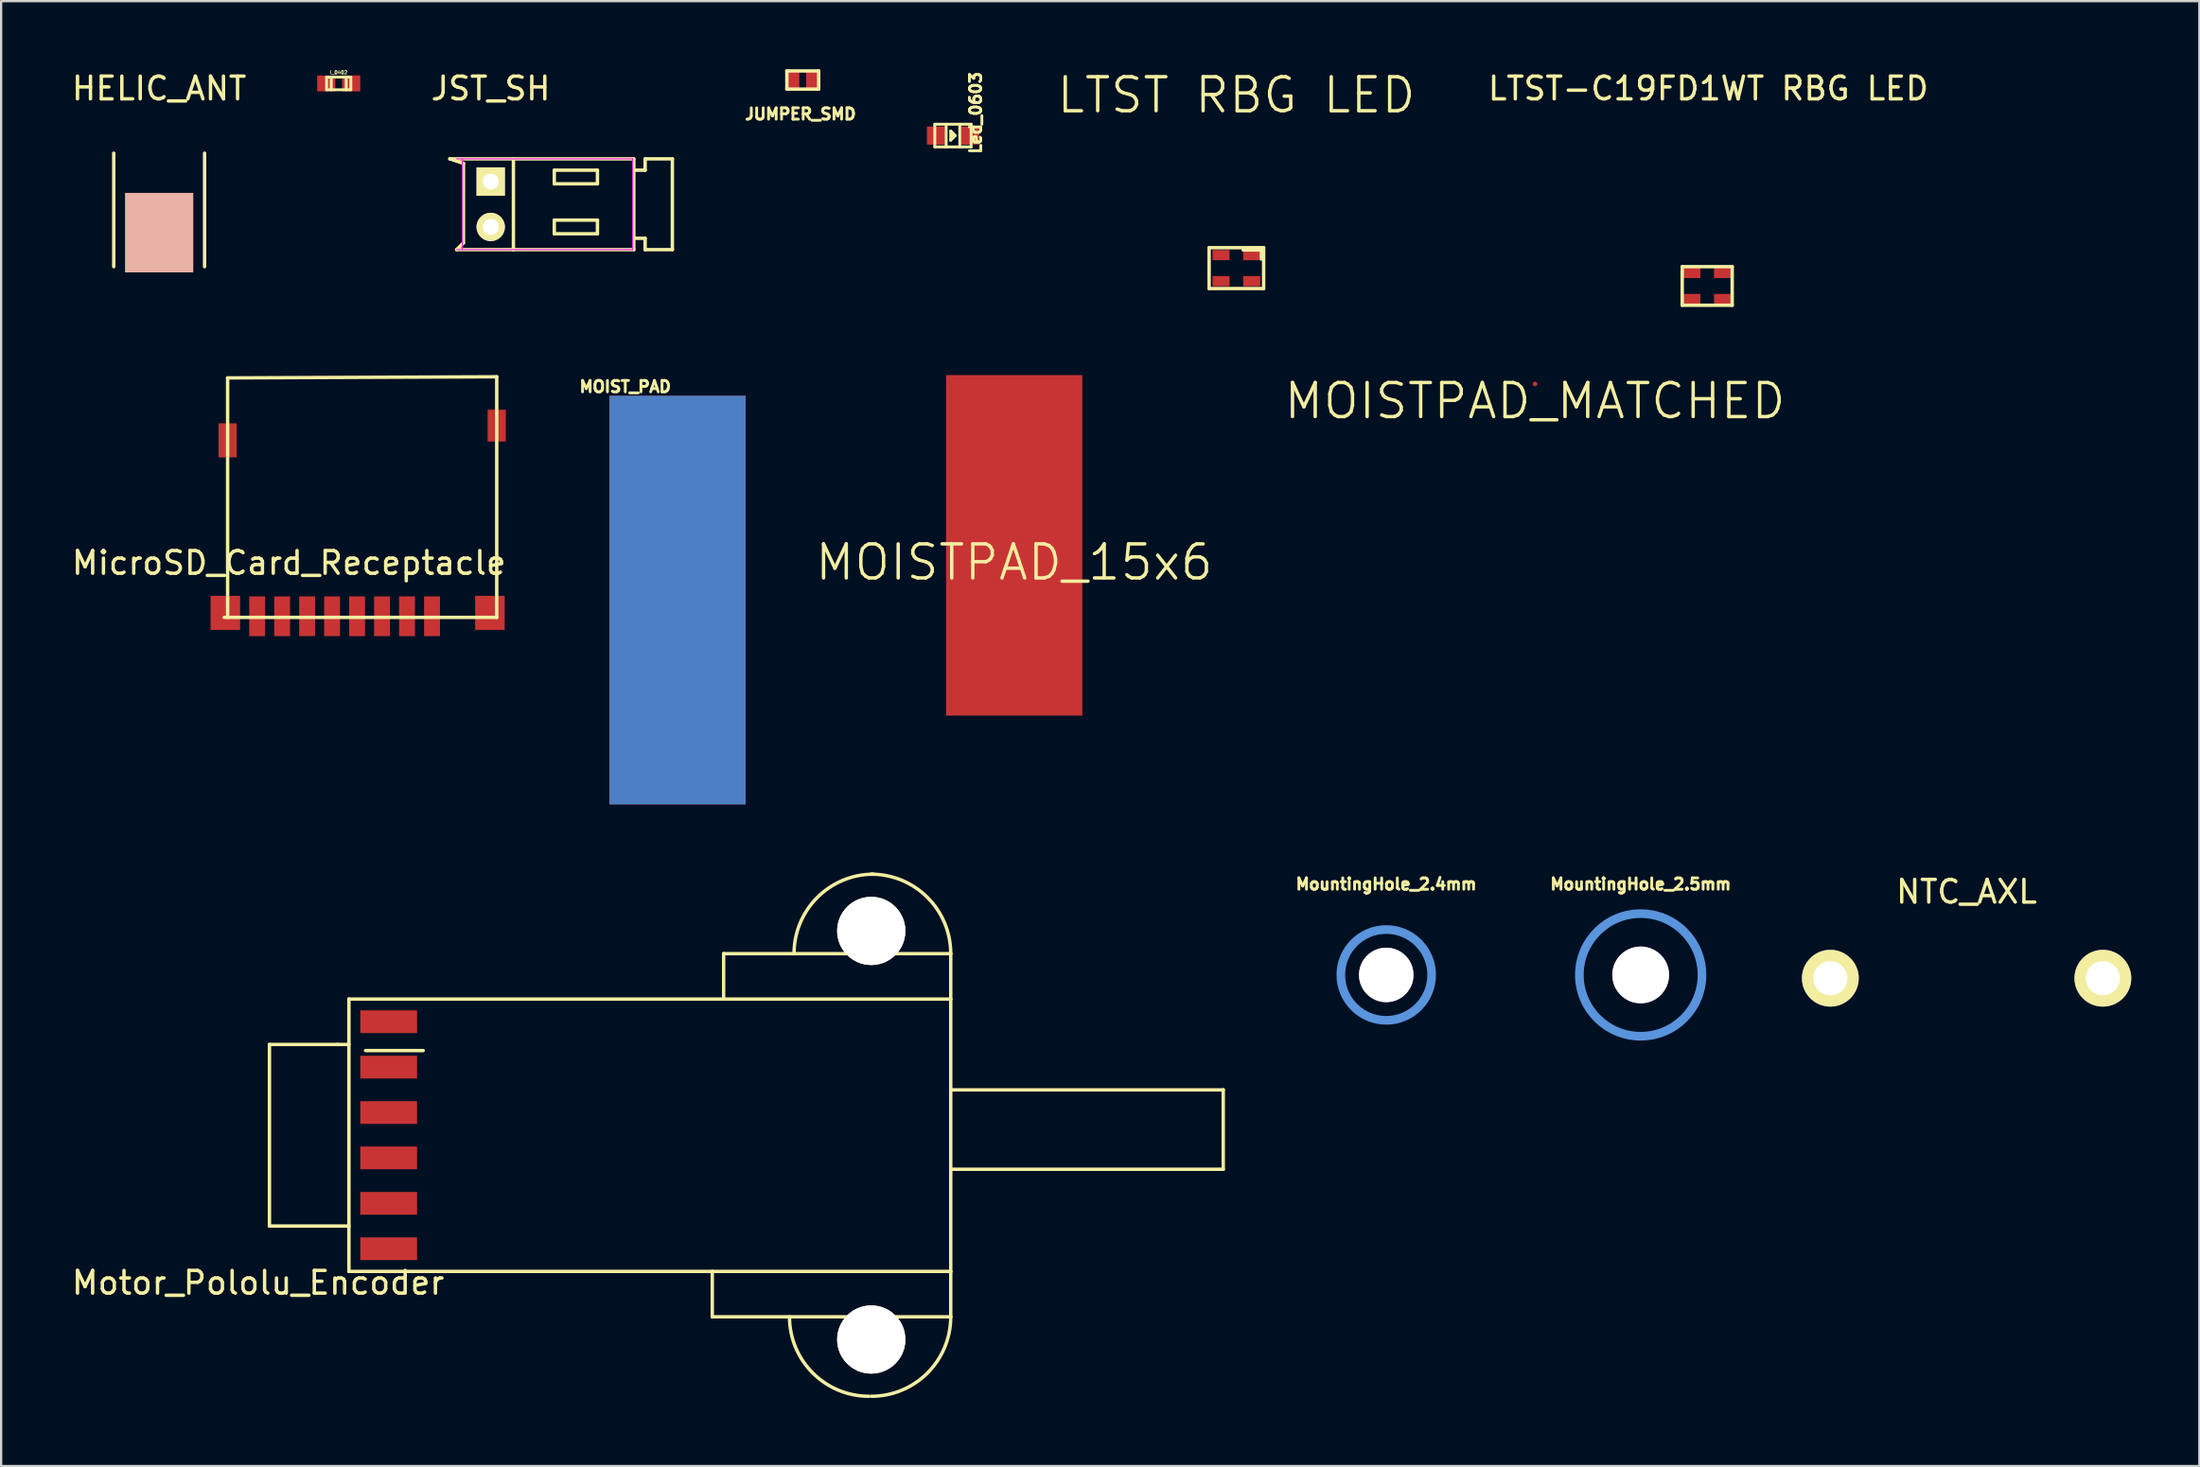
<source format=kicad_pcb>
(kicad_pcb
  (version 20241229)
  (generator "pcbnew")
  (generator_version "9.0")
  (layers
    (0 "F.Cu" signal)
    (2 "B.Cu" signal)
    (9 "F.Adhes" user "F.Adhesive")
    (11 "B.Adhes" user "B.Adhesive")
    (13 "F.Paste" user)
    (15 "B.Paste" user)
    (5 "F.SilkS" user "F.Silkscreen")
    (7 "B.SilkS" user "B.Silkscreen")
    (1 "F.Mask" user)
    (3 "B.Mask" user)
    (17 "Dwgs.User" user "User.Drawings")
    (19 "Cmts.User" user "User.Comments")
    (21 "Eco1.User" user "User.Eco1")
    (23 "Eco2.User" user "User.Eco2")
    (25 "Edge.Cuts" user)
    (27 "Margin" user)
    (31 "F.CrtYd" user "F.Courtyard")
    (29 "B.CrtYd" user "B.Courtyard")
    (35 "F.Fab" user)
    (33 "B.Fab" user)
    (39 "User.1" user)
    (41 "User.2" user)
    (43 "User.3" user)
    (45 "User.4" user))
  (footprint "MicroSD_Card_Receptacle"
    (layer "F.Cu")
    (at 8.273 24.098)
    (property "Reference" "MicroSD_Card_Receptacle" (at 1.4 -2.35 0) (layer "F.SilkS") (effects (font (size 1 1) (thickness 0.15))))
    (attr through_hole)
    (fp_line (start -1.45 0.05) (end 10.55 0.05) (stroke (width 0.15) (type solid)) (layer "F.SilkS"))
    (fp_line (start -1.3 -10.5) (end -1.3 0.05) (stroke (width 0.15) (type solid)) (layer "F.SilkS"))
    (fp_line (start 10.55 -10.55) (end -1.3 -10.5) (stroke (width 0.15) (type solid)) (layer "F.SilkS"))
    (fp_line (start 10.55 0.05) (end 10.55 -10.55) (stroke (width 0.15) (type solid)) (layer "F.SilkS"))
    (pad "1" smd rect (at 7.7 0) (size 0.7 1.75) (layers "F.Cu" "F.Mask" "F.Paste"))
    (pad "2" smd rect (at 6.6 0) (size 0.7 1.75) (layers "F.Cu" "F.Mask" "F.Paste"))
    (pad "3" smd rect (at 5.5 0) (size 0.7 1.75) (layers "F.Cu" "F.Mask" "F.Paste"))
    (pad "4" smd rect (at 4.4 0) (size 0.7 1.75) (layers "F.Cu" "F.Mask" "F.Paste"))
    (pad "5" smd rect (at 3.3 0) (size 0.7 1.75) (layers "F.Cu" "F.Mask" "F.Paste"))
    (pad "6" smd rect (at 2.2 0) (size 0.7 1.75) (layers "F.Cu" "F.Mask" "F.Paste"))
    (pad "7" smd rect (at 1.1 0) (size 0.7 1.75) (layers "F.Cu" "F.Mask" "F.Paste"))
    (pad "8" smd rect (at 0 0) (size 0.7 1.75) (layers "F.Cu" "F.Mask" "F.Paste"))
    (pad "9" smd rect (at -1.4 -0.15) (size 1.3 1.5) (layers "F.Cu" "F.Mask" "F.Paste"))
    (pad "9" smd rect (at -1.3 -7.75) (size 0.8 1.5) (layers "F.Cu" "F.Mask" "F.Paste"))
    (pad "9" smd rect (at 10.25 -0.15) (size 1.3 1.5) (layers "F.Cu" "F.Mask" "F.Paste"))
    (pad "9" smd rect (at 10.55 -8.4) (size 0.8 1.4) (layers "F.Cu" "F.Mask" "F.Paste")))
  (footprint "LTST RBG LED"
    (layer "F.Cu")
    (at 51.393 8.761)
    (property "Reference" "LTST RBG LED" (at 0 -7.62 0) (layer "F.SilkS") (effects (font (size 1.5 1.5) (thickness 0.15))))
    (attr through_hole)
    (fp_line (start -1.2 -0.9) (end 1.2 -0.9) (stroke (width 0.15) (type solid)) (layer "F.SilkS"))
    (fp_line (start -1.2 0.9) (end -1.2 -0.9) (stroke (width 0.15) (type solid)) (layer "F.SilkS"))
    (fp_line (start 0.3 -0.8) (end 1.1 -0.8) (stroke (width 0.15) (type solid)) (layer "F.SilkS"))
    (fp_line (start 1.1 -0.8) (end 1.1 -0.4) (stroke (width 0.15) (type solid)) (layer "F.SilkS"))
    (fp_line (start 1.2 -0.9) (end 1.2 0.9) (stroke (width 0.15) (type solid)) (layer "F.SilkS"))
    (fp_line (start 1.2 0.9) (end -1.2 0.9) (stroke (width 0.15) (type solid)) (layer "F.SilkS"))
    (pad "BA" smd rect (at 0.675 -0.575) (size 0.75 0.45) (layers "F.Cu" "F.Mask" "F.Paste"))
    (pad "CC" smd rect (at 0.675 0.575) (size 0.75 0.45) (layers "F.Cu" "F.Mask" "F.Paste"))
    (pad "GA" smd rect (at -0.675 0.575) (size 0.75 0.45) (layers "F.Cu" "F.Mask" "F.Paste"))
    (pad "RA" smd rect (at -0.675 -0.575) (size 0.75 0.45) (layers "F.Cu" "F.Mask" "F.Paste")))
  (footprint "JUMPER_SMD"
    (layer "F.Cu")
    (at 32.299 0.475)
    (property "Reference" "JUMPER_SMD" (at -0.1 1.5 0) (layer "F.SilkS") (effects (font (size 0.5 0.5) (thickness 0.125))))
    (attr through_hole)
    (fp_line (start -0.7 -0.4) (end 0.7 -0.4) (stroke (width 0.15) (type solid)) (layer "F.SilkS"))
    (fp_line (start -0.7 0.4) (end -0.7 -0.4) (stroke (width 0.15) (type solid)) (layer "F.SilkS"))
    (fp_line (start 0.7 -0.4) (end 0.7 0.4) (stroke (width 0.15) (type solid)) (layer "F.SilkS"))
    (fp_line (start 0.7 0.4) (end -0.7 0.4) (stroke (width 0.15) (type solid)) (layer "F.SilkS"))
    (pad "1" smd rect (at 0.4 0) (size 0.5 0.699) (layers "F.Cu" "F.Mask" "F.Paste"))
    (pad "2" smd rect (at -0.4 0) (size 0.5 0.699) (layers "F.Cu" "F.Mask" "F.Paste")))
  (footprint "MOISTPAD_15x6"
    (layer "F.Cu")
    (at 41.608 20.973)
    (property "Reference" "MOISTPAD_15x6" (at 0 0.75 0) (layer "F.SilkS") (effects (font (size 1.5 1.5) (thickness 0.15))))
    (attr through_hole)
    (pad "1" smd rect (at 0 0) (size 6 15) (layers "F.Cu" "F.Mask" "F.Paste")))
  (footprint "MOISTPAD_MATCHED"
    (layer "F.Cu")
    (at 64.543 13.864)
    (property "Reference" "MOISTPAD_MATCHED" (at 0 0.75 0) (layer "F.SilkS") (effects (font (size 1.5 1.5) (thickness 0.15))))
    (attr through_hole)
    (pad "1" smd circle (at 0 0) (size 0.2 0.2) (layers "F.Cu" "F.Mask" "F.Paste")))
  (footprint "Motor_Pololu_Encoder"
    (layer "F.Cu")
    (at 14.315 46.96)
    (property "Reference" "Motor_Pololu_Encoder" (at -6 6.5 0) (layer "F.SilkS") (effects (font (size 1 1) (thickness 0.15))))
    (attr through_hole)
    (fp_line (start -5.5 -4) (end -2.5 -4) (stroke (width 0.15) (type solid)) (layer "F.SilkS"))
    (fp_line (start -5.5 4) (end -5.5 -4) (stroke (width 0.15) (type solid)) (layer "F.SilkS"))
    (fp_line (start -2.5 -4) (end -2 -4) (stroke (width 0.15) (type solid)) (layer "F.SilkS"))
    (fp_line (start -2 -6) (end 24.5 -6) (stroke (width 0.15) (type solid)) (layer "F.SilkS"))
    (fp_line (start -2 4) (end -5.5 4) (stroke (width 0.15) (type solid)) (layer "F.SilkS"))
    (fp_line (start -2 6) (end -2 -6) (stroke (width 0.15) (type solid)) (layer "F.SilkS"))
    (fp_line (start 1.27 -3.73) (end -1.27 -3.73) (stroke (width 0.15) (type solid)) (layer "F.SilkS"))
    (fp_line (start 14 6) (end 14 8) (stroke (width 0.15) (type solid)) (layer "F.SilkS"))
    (fp_line (start 14 8) (end 24.5 8) (stroke (width 0.15) (type solid)) (layer "F.SilkS"))
    (fp_line (start 14.5 -8) (end 14.5 -6) (stroke (width 0.15) (type solid)) (layer "F.SilkS"))
    (fp_line (start 24.5 -8) (end 14.5 -8) (stroke (width 0.15) (type solid)) (layer "F.SilkS"))
    (fp_line (start 24.5 -6) (end 24.5 -8) (stroke (width 0.15) (type solid)) (layer "F.SilkS"))
    (fp_line (start 24.5 -6) (end 24.5 6) (stroke (width 0.15) (type solid)) (layer "F.SilkS"))
    (fp_line (start 24.5 -2) (end 36.5 -2) (stroke (width 0.15) (type solid)) (layer "F.SilkS"))
    (fp_line (start 24.5 6) (end -2 6) (stroke (width 0.15) (type solid)) (layer "F.SilkS"))
    (fp_line (start 24.5 8) (end 24.5 6) (stroke (width 0.15) (type solid)) (layer "F.SilkS"))
    (fp_line (start 36.5 -2) (end 36.5 1.5) (stroke (width 0.15) (type solid)) (layer "F.SilkS"))
    (fp_line (start 36.5 1.5) (end 24.5 1.5) (stroke (width 0.15) (type solid)) (layer "F.SilkS"))
    (fp_arc (start 17.6 -8) (mid 18.625126 -10.474874) (end 21.1 -11.5) (stroke (width 0.15) (type solid)) (layer "F.SilkS"))
    (fp_arc (start 20.9 11.5) (mid 18.425126 10.474874) (end 17.4 8) (stroke (width 0.15) (type solid)) (layer "F.SilkS"))
    (fp_arc (start 21 -11.5) (mid 23.474874 -10.474874) (end 24.5 -8) (stroke (width 0.15) (type solid)) (layer "F.SilkS"))
    (fp_arc (start 24.5 8) (mid 23.474874 10.474874) (end 21 11.5) (stroke (width 0.15) (type solid)) (layer "F.SilkS"))
    (pad "0" thru_hole circle (at 21 -9) (size 3 3) (drill 3) (layers "*.Cu" "*.Mask" "F.SilkS"))
    (pad "0" thru_hole circle (at 21 9) (size 3 3) (drill 3) (layers "*.Cu" "*.Mask" "F.SilkS"))
    (pad "1" smd rect (at -0.25 -5) (size 2.5 1) (layers "F.Cu" "F.Mask" "F.Paste"))
    (pad "2" smd rect (at -0.25 -3) (size 2.5 1) (layers "F.Cu" "F.Mask" "F.Paste"))
    (pad "3" smd rect (at -0.25 -1) (size 2.5 1) (layers "F.Cu" "F.Mask" "F.Paste"))
    (pad "4" smd rect (at -0.25 1) (size 2.5 1) (layers "F.Cu" "F.Mask" "F.Paste"))
    (pad "5" smd rect (at -0.25 3) (size 2.5 1) (layers "F.Cu" "F.Mask" "F.Paste"))
    (pad "6" smd rect (at -0.25 5) (size 2.5 1) (layers "F.Cu" "F.Mask" "F.Paste")))
  (footprint "NTC_AXL"
    (layer "F.Cu")
    (at 83.548 40.043)
    (property "Reference" "NTC_AXL" (at 0 -3.81 0) (layer "F.SilkS") (effects (font (size 1 1) (thickness 0.15))))
    (attr through_hole)
    (pad "1" thru_hole circle (at 6 0) (size 2.5 2.5) (drill 1.5) (layers "*.Cu" "*.Mask" "F.SilkS"))
    (pad "2" thru_hole circle (at -6 0) (size 2.5 2.5) (drill 1.5) (layers "*.Cu" "*.Mask" "F.SilkS")))
  (footprint "HELIC_ANT"
    (layer "F.Cu")
    (at 3.958 7.198)
    (property "Reference" "HELIC_ANT" (at 0 -6.35 0) (layer "F.SilkS") (effects (font (size 1 1) (thickness 0.15))))
    (attr through_hole)
    (fp_line (start -2 1.5) (end -2 -3.5) (stroke (width 0.15) (type solid)) (layer "F.SilkS"))
    (fp_line (start 2 1.5) (end 2 -3.5) (stroke (width 0.15) (type solid)) (layer "F.SilkS"))
    (pad "1" smd rect (at 0 0) (size 3 3.5) (layers "F.Cu" "F.Mask" "B.SilkS" "F.Paste")))
  (footprint "MountingHole_2.4mm"
    (layer "F.Cu")
    (at 57.992 39.898)
    (property "Reference" "MountingHole_2.4mm" (at 0 -4 0) (layer "F.SilkS") (effects (font (size 0.5 0.5) (thickness 0.125))))
    (attr through_hole)
    (fp_circle (center 0 0) (end 2 0) (stroke (width 0.381) (type solid)) (fill no) (layer "Cmts.User"))
    (pad "1" thru_hole circle (at 0 0) (size 2.4 2.4) (drill 2.4) (layers "*.Cu")))
  (footprint "I_0402"
    (layer "F.Cu")
    (at 11.865 0.625)
    (property "Reference" "I_0402" (at 0 -0.483 0) (layer "F.SilkS") (effects (font (size 0.152 0.152) (thickness 0.03))))
    (attr through_hole)
    (fp_line (start -0.533 -0.279) (end -0.533 0.279) (stroke (width 0.127) (type solid)) (layer "F.SilkS"))
    (fp_line (start -0.533 0.279) (end 0.533 0.279) (stroke (width 0.127) (type solid)) (layer "F.SilkS"))
    (fp_line (start -0.33 -0.279) (end -0.33 0.279) (stroke (width 0.127) (type solid)) (layer "F.SilkS"))
    (fp_line (start 0.33 -0.279) (end 0.33 0.279) (stroke (width 0.127) (type solid)) (layer "F.SilkS"))
    (fp_line (start 0.533 -0.279) (end -0.533 -0.279) (stroke (width 0.127) (type solid)) (layer "F.SilkS"))
    (fp_line (start 0.533 0.279) (end 0.533 -0.279) (stroke (width 0.127) (type solid)) (layer "F.SilkS"))
    (pad "1" smd rect (at 0.549 0) (size 0.8 0.699) (layers "F.Cu" "F.Mask" "F.Paste"))
    (pad "2" smd rect (at -0.549 0) (size 0.8 0.699) (layers "F.Cu" "F.Mask" "F.Paste")))
  (footprint "LTST-C19FD1WT RBG LED"
    (layer "F.Cu")
    (at 72.126 9.548)
    (property "Reference" "LTST-C19FD1WT RBG LED" (at 0.05 -8.7 0) (layer "F.SilkS") (effects (font (size 1 1) (thickness 0.15))))
    (attr through_hole)
    (fp_line (start -1.1 -0.85) (end 1.1 -0.85) (stroke (width 0.15) (type solid)) (layer "F.SilkS"))
    (fp_line (start -1.1 0.85) (end -1.1 -0.85) (stroke (width 0.15) (type solid)) (layer "F.SilkS"))
    (fp_line (start 1.1 -0.85) (end 1.1 0.85) (stroke (width 0.15) (type solid)) (layer "F.SilkS"))
    (fp_line (start 1.1 0.85) (end -1.1 0.85) (stroke (width 0.15) (type solid)) (layer "F.SilkS"))
    (pad "1" smd rect (at 0.675 -0.575) (size 0.75 0.45) (layers "F.Cu" "F.Mask" "F.Paste"))
    (pad "2" smd rect (at -0.675 -0.575) (size 0.75 0.45) (layers "F.Cu" "F.Mask" "F.Paste"))
    (pad "3" smd rect (at -0.675 0.575) (size 0.75 0.45) (layers "F.Cu" "F.Mask" "F.Paste"))
    (pad "4" smd rect (at 0.675 0.575) (size 0.75 0.45) (layers "F.Cu" "F.Mask" "F.Paste")))
  (footprint "MountingHole_2.5mm"
    (layer "F.Cu")
    (at 69.196 39.898)
    (property "Reference" "MountingHole_2.5mm" (at 0 -4 0) (layer "F.SilkS") (effects (font (size 0.5 0.5) (thickness 0.125))))
    (attr through_hole)
    (fp_circle (center 0 0) (end 2.7 0) (stroke (width 0.381) (type solid)) (fill no) (layer "Cmts.User"))
    (pad "1" thru_hole circle (at 0 0) (size 2.5 2.5) (drill 2.5) (layers "*.Cu")))
  (footprint "MOIST_PAD"
    (layer "F.Cu")
    (at 26.783 23.385)
    (property "Reference" "MOIST_PAD" (at -2.3 -9.4 0) (layer "F.SilkS") (effects (font (size 0.5 0.5) (thickness 0.125))))
    (attr through_hole)
    (pad "2" smd rect (at 0 0) (size 6 18) (layers "B.Cu" "F.Paste"))
    (pad "e" smd rect (at 0 0) (size 6 18) (layers "F.Cu")))
  (footprint "JST_SH"
    (layer "F.Cu")
    (at 18.558 5.948)
    (property "Reference" "JST_SH" (at 0 -5.1 0) (layer "F.SilkS") (effects (font (size 1 1) (thickness 0.15))))
    (attr through_hole)
    (fp_line (start -1.8 -2) (end -1.2 -1.8) (stroke (width 0.15) (type solid)) (layer "F.SilkS"))
    (fp_line (start -1.5 2) (end 1 2) (stroke (width 0.15) (type solid)) (layer "F.SilkS"))
    (fp_line (start -1.2 -1.8) (end -1.2 1.7) (stroke (width 0.15) (type solid)) (layer "F.SilkS"))
    (fp_line (start -1.2 1.7) (end -1.5 2) (stroke (width 0.15) (type solid)) (layer "F.SilkS"))
    (fp_line (start 1 -2) (end -1.8 -2) (stroke (width 0.15) (type solid)) (layer "F.SilkS"))
    (fp_line (start 1 2) (end 1 -2) (stroke (width 0.15) (type solid)) (layer "F.SilkS"))
    (fp_line (start 1 2) (end 6.3 2) (stroke (width 0.15) (type solid)) (layer "F.SilkS"))
    (fp_line (start 2.8 -1.5) (end 2.8 -0.9) (stroke (width 0.15) (type solid)) (layer "F.SilkS"))
    (fp_line (start 2.8 -0.9) (end 4.7 -0.9) (stroke (width 0.15) (type solid)) (layer "F.SilkS"))
    (fp_line (start 2.8 0.7) (end 2.8 1.3) (stroke (width 0.15) (type solid)) (layer "F.SilkS"))
    (fp_line (start 2.8 1.3) (end 4.7 1.3) (stroke (width 0.15) (type solid)) (layer "F.SilkS"))
    (fp_line (start 4.7 -1.5) (end 2.8 -1.5) (stroke (width 0.15) (type solid)) (layer "F.SilkS"))
    (fp_line (start 4.7 -0.9) (end 4.7 -1.5) (stroke (width 0.15) (type solid)) (layer "F.SilkS"))
    (fp_line (start 4.7 0.7) (end 2.8 0.7) (stroke (width 0.15) (type solid)) (layer "F.SilkS"))
    (fp_line (start 4.7 1.3) (end 4.7 0.7) (stroke (width 0.15) (type solid)) (layer "F.SilkS"))
    (fp_line (start 6.3 -2) (end 1 -2) (stroke (width 0.15) (type solid)) (layer "F.SilkS"))
    (fp_line (start 6.3 -1.5) (end 6.8 -1.5) (stroke (width 0.15) (type solid)) (layer "F.SilkS"))
    (fp_line (start 6.3 2) (end 6.3 -2) (stroke (width 0.15) (type solid)) (layer "F.SilkS"))
    (fp_line (start 6.8 -2) (end 8 -2) (stroke (width 0.15) (type solid)) (layer "F.SilkS"))
    (fp_line (start 6.8 -1.5) (end 6.8 -2) (stroke (width 0.15) (type solid)) (layer "F.SilkS"))
    (fp_line (start 6.8 1.5) (end 6.3 1.5) (stroke (width 0.15) (type solid)) (layer "F.SilkS"))
    (fp_line (start 6.8 2) (end 6.8 1.5) (stroke (width 0.15) (type solid)) (layer "F.SilkS"))
    (fp_line (start 8 -2) (end 8 2) (stroke (width 0.15) (type solid)) (layer "F.SilkS"))
    (fp_line (start 8 2) (end 6.8 2) (stroke (width 0.15) (type solid)) (layer "F.SilkS"))
    (fp_line (start -1.5 -2) (end 6.25 -2) (stroke (width 0.05) (type solid)) (layer "F.CrtYd"))
    (fp_line (start -1.5 2) (end 6.25 2) (stroke (width 0.05) (type solid)) (layer "F.CrtYd"))
    (fp_line (start -1.25 -2) (end -1.25 2) (stroke (width 0.05) (type solid)) (layer "F.CrtYd"))
    (fp_line (start 6.25 -2) (end 6.25 2) (stroke (width 0.05) (type solid)) (layer "F.CrtYd"))
    (pad "1" thru_hole rect (at 0 -1) (size 1.25 1.25) (drill 0.7) (layers "*.Cu" "*.Mask" "F.SilkS"))
    (pad "2" thru_hole oval (at 0 1) (size 1.25 1.25) (drill 0.7) (layers "*.Cu" "*.Mask" "F.SilkS")))
  (footprint "Led_0603"
    (layer "F.Cu")
    (at 38.913 2.923)
    (property "Reference" "Led_0603" (at 1 -1 90) (layer "F.SilkS") (effects (font (size 0.5 0.5) (thickness 0.125))))
    (attr through_hole)
    (fp_line (start -0.8 -0.5) (end 0.8 -0.5) (stroke (width 0.127) (type solid)) (layer "F.SilkS"))
    (fp_line (start -0.8 0.5) (end -0.8 -0.5) (stroke (width 0.127) (type solid)) (layer "F.SilkS"))
    (fp_line (start -0.3 -0.5) (end -0.3 0.5) (stroke (width 0.127) (type solid)) (layer "F.SilkS"))
    (fp_line (start -0.099 -0.201) (end -0.099 0.201) (stroke (width 0.127) (type solid)) (layer "F.SilkS"))
    (fp_line (start -0.099 0.201) (end 0.099 0) (stroke (width 0.127) (type solid)) (layer "F.SilkS"))
    (fp_line (start 0 0.099) (end 0 -0.099) (stroke (width 0.127) (type solid)) (layer "F.SilkS"))
    (fp_line (start 0.099 0) (end -0.099 -0.201) (stroke (width 0.127) (type solid)) (layer "F.SilkS"))
    (fp_line (start 0.3 0.5) (end 0.3 -0.5) (stroke (width 0.127) (type solid)) (layer "F.SilkS"))
    (fp_line (start 0.8 -0.5) (end 0.8 0.5) (stroke (width 0.127) (type solid)) (layer "F.SilkS"))
    (fp_line (start 0.8 0.5) (end -0.8 0.5) (stroke (width 0.127) (type solid)) (layer "F.SilkS"))
    (pad "1" smd rect (at 0.749 0) (size 0.798 0.798) (layers "F.Cu" "F.Mask" "F.Paste"))
    (pad "2" smd rect (at -0.749 0) (size 0.798 0.798) (layers "F.Cu" "F.Mask" "F.Paste")))
  (gr_rect
    (start -3 -3)
    (end 93.798 61.535)
    (stroke (width 0.1) (type default))
    (fill no)
    (layer "Edge.Cuts")))
</source>
